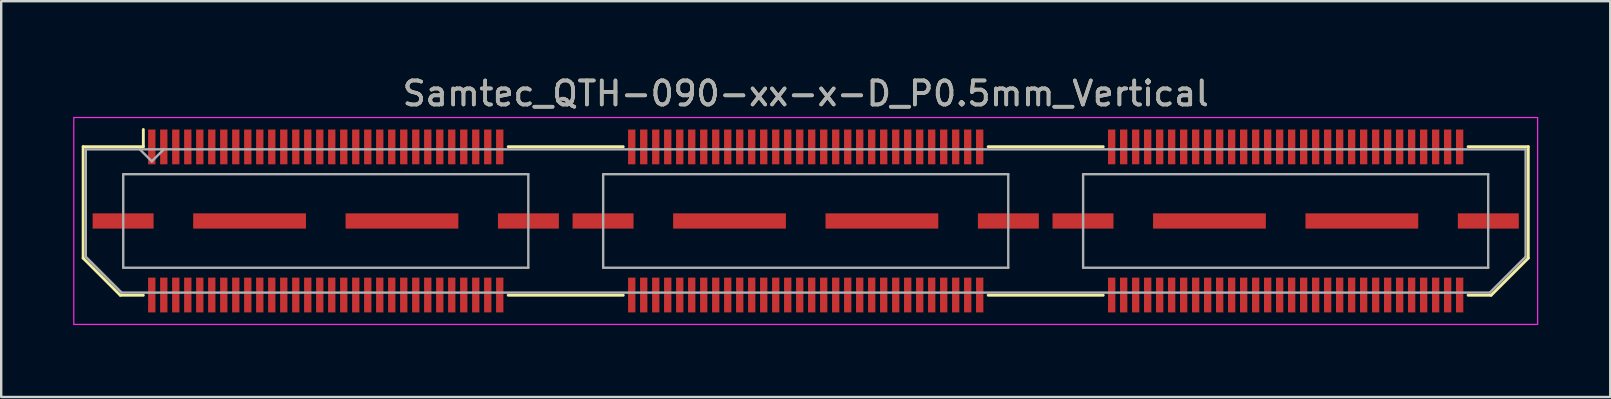
<source format=kicad_pcb>
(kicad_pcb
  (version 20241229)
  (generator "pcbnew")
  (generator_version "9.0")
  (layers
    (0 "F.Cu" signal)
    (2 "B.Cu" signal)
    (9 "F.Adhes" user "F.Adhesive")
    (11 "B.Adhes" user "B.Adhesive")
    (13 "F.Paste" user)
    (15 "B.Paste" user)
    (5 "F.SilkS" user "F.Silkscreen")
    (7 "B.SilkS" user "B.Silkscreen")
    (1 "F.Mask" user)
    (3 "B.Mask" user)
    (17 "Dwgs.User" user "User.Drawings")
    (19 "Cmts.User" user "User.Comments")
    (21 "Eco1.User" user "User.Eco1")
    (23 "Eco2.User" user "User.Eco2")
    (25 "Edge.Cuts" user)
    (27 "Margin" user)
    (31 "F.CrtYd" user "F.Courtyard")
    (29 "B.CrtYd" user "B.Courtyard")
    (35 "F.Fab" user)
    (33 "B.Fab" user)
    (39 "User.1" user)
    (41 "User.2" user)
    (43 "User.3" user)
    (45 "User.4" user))
  (footprint "Samtec_QTH-090-xx-x-D_P0.5mm_Vertical"
    (layer "F.Cu")
    (at 30.525 6.158)
    (property "Reference" "Samtec_QTH-090-xx-x-D_P0.5mm_Vertical" (at 0 -5.31 0) (layer "F.SilkS") (effects (font (size 1 1) (thickness 0.15))))
    (attr smd)
    (fp_line (start -30.11 -3.095) (end -30.11 1.548) (stroke (width 0.12) (type solid)) (layer "F.SilkS"))
    (fp_line (start -30.11 1.548) (end -28.562 3.095) (stroke (width 0.12) (type solid)) (layer "F.SilkS"))
    (fp_line (start -28.562 3.095) (end -27.602 3.095) (stroke (width 0.12) (type solid)) (layer "F.SilkS"))
    (fp_line (start -27.602 -3.811) (end -27.602 -3.095) (stroke (width 0.12) (type solid)) (layer "F.SilkS"))
    (fp_line (start -27.602 -3.095) (end -30.11 -3.095) (stroke (width 0.12) (type solid)) (layer "F.SilkS"))
    (fp_line (start -12.398 -3.095) (end -7.603 -3.095) (stroke (width 0.12) (type solid)) (layer "F.SilkS"))
    (fp_line (start -12.398 3.095) (end -7.603 3.095) (stroke (width 0.12) (type solid)) (layer "F.SilkS"))
    (fp_line (start 7.603 -3.095) (end 12.398 -3.095) (stroke (width 0.12) (type solid)) (layer "F.SilkS"))
    (fp_line (start 7.603 3.095) (end 12.398 3.095) (stroke (width 0.12) (type solid)) (layer "F.SilkS"))
    (fp_line (start 27.602 -3.095) (end 30.11 -3.095) (stroke (width 0.12) (type solid)) (layer "F.SilkS"))
    (fp_line (start 28.562 3.095) (end 27.602 3.095) (stroke (width 0.12) (type solid)) (layer "F.SilkS"))
    (fp_line (start 30.11 -3.095) (end 30.11 1.548) (stroke (width 0.12) (type solid)) (layer "F.SilkS"))
    (fp_line (start 30.11 1.548) (end 28.562 3.095) (stroke (width 0.12) (type solid)) (layer "F.SilkS"))
    (fp_line (start -30.5 -4.31) (end -30.5 4.31) (stroke (width 0.05) (type solid)) (layer "F.CrtYd"))
    (fp_line (start -30.5 4.31) (end 30.5 4.31) (stroke (width 0.05) (type solid)) (layer "F.CrtYd"))
    (fp_line (start 30.5 -4.31) (end -30.5 -4.31) (stroke (width 0.05) (type solid)) (layer "F.CrtYd"))
    (fp_line (start 30.5 4.31) (end 30.5 -4.31) (stroke (width 0.05) (type solid)) (layer "F.CrtYd"))
    (fp_line (start -30 -2.985) (end -30 1.492) (stroke (width 0.1) (type solid)) (layer "F.Fab"))
    (fp_line (start -30 -2.985) (end 30 -2.985) (stroke (width 0.1) (type solid)) (layer "F.Fab"))
    (fp_line (start -30 1.492) (end -28.508 2.985) (stroke (width 0.1) (type solid)) (layer "F.Fab"))
    (fp_line (start -28.508 2.985) (end 28.508 2.985) (stroke (width 0.1) (type solid)) (layer "F.Fab"))
    (fp_line (start -28.44 -1.95) (end -28.44 1.95) (stroke (width 0.1) (type solid)) (layer "F.Fab"))
    (fp_line (start -28.44 1.95) (end -11.56 1.95) (stroke (width 0.1) (type solid)) (layer "F.Fab"))
    (fp_line (start -27.25 -2.485) (end -27.75 -2.985) (stroke (width 0.1) (type solid)) (layer "F.Fab"))
    (fp_line (start -26.75 -2.985) (end -27.25 -2.485) (stroke (width 0.1) (type solid)) (layer "F.Fab"))
    (fp_line (start -11.56 -1.95) (end -28.44 -1.95) (stroke (width 0.1) (type solid)) (layer "F.Fab"))
    (fp_line (start -11.56 1.95) (end -11.56 -1.95) (stroke (width 0.1) (type solid)) (layer "F.Fab"))
    (fp_line (start -8.44 -1.95) (end -8.44 1.95) (stroke (width 0.1) (type solid)) (layer "F.Fab"))
    (fp_line (start -8.44 1.95) (end 8.44 1.95) (stroke (width 0.1) (type solid)) (layer "F.Fab"))
    (fp_line (start 8.44 -1.95) (end -8.44 -1.95) (stroke (width 0.1) (type solid)) (layer "F.Fab"))
    (fp_line (start 8.44 1.95) (end 8.44 -1.95) (stroke (width 0.1) (type solid)) (layer "F.Fab"))
    (fp_line (start 11.56 -1.95) (end 11.56 1.95) (stroke (width 0.1) (type solid)) (layer "F.Fab"))
    (fp_line (start 11.56 1.95) (end 28.44 1.95) (stroke (width 0.1) (type solid)) (layer "F.Fab"))
    (fp_line (start 28.44 -1.95) (end 11.56 -1.95) (stroke (width 0.1) (type solid)) (layer "F.Fab"))
    (fp_line (start 28.44 1.95) (end 28.44 -1.95) (stroke (width 0.1) (type solid)) (layer "F.Fab"))
    (fp_line (start 30 -2.985) (end 30 1.492) (stroke (width 0.1) (type solid)) (layer "F.Fab"))
    (fp_line (start 30 1.492) (end 28.508 2.985) (stroke (width 0.1) (type solid)) (layer "F.Fab"))
    (fp_text user "${REFERENCE}" (at 0 -5.31 0) (layer "F.Fab") (effects (font (size 1 1) (thickness 0.15))))
    (pad "1" smd rect (at -27.25 -3.086) (size 0.305 1.45) (layers "F.Cu" "F.Mask" "F.Paste"))
    (pad "2" smd rect (at -27.25 3.086) (size 0.305 1.45) (layers "F.Cu" "F.Mask" "F.Paste"))
    (pad "3" smd rect (at -26.75 -3.086) (size 0.305 1.45) (layers "F.Cu" "F.Mask" "F.Paste"))
    (pad "4" smd rect (at -26.75 3.086) (size 0.305 1.45) (layers "F.Cu" "F.Mask" "F.Paste"))
    (pad "5" smd rect (at -26.25 -3.086) (size 0.305 1.45) (layers "F.Cu" "F.Mask" "F.Paste"))
    (pad "6" smd rect (at -26.25 3.086) (size 0.305 1.45) (layers "F.Cu" "F.Mask" "F.Paste"))
    (pad "7" smd rect (at -25.75 -3.086) (size 0.305 1.45) (layers "F.Cu" "F.Mask" "F.Paste"))
    (pad "8" smd rect (at -25.75 3.086) (size 0.305 1.45) (layers "F.Cu" "F.Mask" "F.Paste"))
    (pad "9" smd rect (at -25.25 -3.086) (size 0.305 1.45) (layers "F.Cu" "F.Mask" "F.Paste"))
    (pad "10" smd rect (at -25.25 3.086) (size 0.305 1.45) (layers "F.Cu" "F.Mask" "F.Paste"))
    (pad "11" smd rect (at -24.75 -3.086) (size 0.305 1.45) (layers "F.Cu" "F.Mask" "F.Paste"))
    (pad "12" smd rect (at -24.75 3.086) (size 0.305 1.45) (layers "F.Cu" "F.Mask" "F.Paste"))
    (pad "13" smd rect (at -24.25 -3.086) (size 0.305 1.45) (layers "F.Cu" "F.Mask" "F.Paste"))
    (pad "14" smd rect (at -24.25 3.086) (size 0.305 1.45) (layers "F.Cu" "F.Mask" "F.Paste"))
    (pad "15" smd rect (at -23.75 -3.086) (size 0.305 1.45) (layers "F.Cu" "F.Mask" "F.Paste"))
    (pad "16" smd rect (at -23.75 3.086) (size 0.305 1.45) (layers "F.Cu" "F.Mask" "F.Paste"))
    (pad "17" smd rect (at -23.25 -3.086) (size 0.305 1.45) (layers "F.Cu" "F.Mask" "F.Paste"))
    (pad "18" smd rect (at -23.25 3.086) (size 0.305 1.45) (layers "F.Cu" "F.Mask" "F.Paste"))
    (pad "19" smd rect (at -22.75 -3.086) (size 0.305 1.45) (layers "F.Cu" "F.Mask" "F.Paste"))
    (pad "20" smd rect (at -22.75 3.086) (size 0.305 1.45) (layers "F.Cu" "F.Mask" "F.Paste"))
    (pad "21" smd rect (at -22.25 -3.086) (size 0.305 1.45) (layers "F.Cu" "F.Mask" "F.Paste"))
    (pad "22" smd rect (at -22.25 3.086) (size 0.305 1.45) (layers "F.Cu" "F.Mask" "F.Paste"))
    (pad "23" smd rect (at -21.75 -3.086) (size 0.305 1.45) (layers "F.Cu" "F.Mask" "F.Paste"))
    (pad "24" smd rect (at -21.75 3.086) (size 0.305 1.45) (layers "F.Cu" "F.Mask" "F.Paste"))
    (pad "25" smd rect (at -21.25 -3.086) (size 0.305 1.45) (layers "F.Cu" "F.Mask" "F.Paste"))
    (pad "26" smd rect (at -21.25 3.086) (size 0.305 1.45) (layers "F.Cu" "F.Mask" "F.Paste"))
    (pad "27" smd rect (at -20.75 -3.086) (size 0.305 1.45) (layers "F.Cu" "F.Mask" "F.Paste"))
    (pad "28" smd rect (at -20.75 3.086) (size 0.305 1.45) (layers "F.Cu" "F.Mask" "F.Paste"))
    (pad "29" smd rect (at -20.25 -3.086) (size 0.305 1.45) (layers "F.Cu" "F.Mask" "F.Paste"))
    (pad "30" smd rect (at -20.25 3.086) (size 0.305 1.45) (layers "F.Cu" "F.Mask" "F.Paste"))
    (pad "31" smd rect (at -19.75 -3.086) (size 0.305 1.45) (layers "F.Cu" "F.Mask" "F.Paste"))
    (pad "32" smd rect (at -19.75 3.086) (size 0.305 1.45) (layers "F.Cu" "F.Mask" "F.Paste"))
    (pad "33" smd rect (at -19.25 -3.086) (size 0.305 1.45) (layers "F.Cu" "F.Mask" "F.Paste"))
    (pad "34" smd rect (at -19.25 3.086) (size 0.305 1.45) (layers "F.Cu" "F.Mask" "F.Paste"))
    (pad "35" smd rect (at -18.75 -3.086) (size 0.305 1.45) (layers "F.Cu" "F.Mask" "F.Paste"))
    (pad "36" smd rect (at -18.75 3.086) (size 0.305 1.45) (layers "F.Cu" "F.Mask" "F.Paste"))
    (pad "37" smd rect (at -18.25 -3.086) (size 0.305 1.45) (layers "F.Cu" "F.Mask" "F.Paste"))
    (pad "38" smd rect (at -18.25 3.086) (size 0.305 1.45) (layers "F.Cu" "F.Mask" "F.Paste"))
    (pad "39" smd rect (at -17.75 -3.086) (size 0.305 1.45) (layers "F.Cu" "F.Mask" "F.Paste"))
    (pad "40" smd rect (at -17.75 3.086) (size 0.305 1.45) (layers "F.Cu" "F.Mask" "F.Paste"))
    (pad "41" smd rect (at -17.25 -3.086) (size 0.305 1.45) (layers "F.Cu" "F.Mask" "F.Paste"))
    (pad "42" smd rect (at -17.25 3.086) (size 0.305 1.45) (layers "F.Cu" "F.Mask" "F.Paste"))
    (pad "43" smd rect (at -16.75 -3.086) (size 0.305 1.45) (layers "F.Cu" "F.Mask" "F.Paste"))
    (pad "44" smd rect (at -16.75 3.086) (size 0.305 1.45) (layers "F.Cu" "F.Mask" "F.Paste"))
    (pad "45" smd rect (at -16.25 -3.086) (size 0.305 1.45) (layers "F.Cu" "F.Mask" "F.Paste"))
    (pad "46" smd rect (at -16.25 3.086) (size 0.305 1.45) (layers "F.Cu" "F.Mask" "F.Paste"))
    (pad "47" smd rect (at -15.75 -3.086) (size 0.305 1.45) (layers "F.Cu" "F.Mask" "F.Paste"))
    (pad "48" smd rect (at -15.75 3.086) (size 0.305 1.45) (layers "F.Cu" "F.Mask" "F.Paste"))
    (pad "49" smd rect (at -15.25 -3.086) (size 0.305 1.45) (layers "F.Cu" "F.Mask" "F.Paste"))
    (pad "50" smd rect (at -15.25 3.086) (size 0.305 1.45) (layers "F.Cu" "F.Mask" "F.Paste"))
    (pad "51" smd rect (at -14.75 -3.086) (size 0.305 1.45) (layers "F.Cu" "F.Mask" "F.Paste"))
    (pad "52" smd rect (at -14.75 3.086) (size 0.305 1.45) (layers "F.Cu" "F.Mask" "F.Paste"))
    (pad "53" smd rect (at -14.25 -3.086) (size 0.305 1.45) (layers "F.Cu" "F.Mask" "F.Paste"))
    (pad "54" smd rect (at -14.25 3.086) (size 0.305 1.45) (layers "F.Cu" "F.Mask" "F.Paste"))
    (pad "55" smd rect (at -13.75 -3.086) (size 0.305 1.45) (layers "F.Cu" "F.Mask" "F.Paste"))
    (pad "56" smd rect (at -13.75 3.086) (size 0.305 1.45) (layers "F.Cu" "F.Mask" "F.Paste"))
    (pad "57" smd rect (at -13.25 -3.086) (size 0.305 1.45) (layers "F.Cu" "F.Mask" "F.Paste"))
    (pad "58" smd rect (at -13.25 3.086) (size 0.305 1.45) (layers "F.Cu" "F.Mask" "F.Paste"))
    (pad "59" smd rect (at -12.75 -3.086) (size 0.305 1.45) (layers "F.Cu" "F.Mask" "F.Paste"))
    (pad "60" smd rect (at -12.75 3.086) (size 0.305 1.45) (layers "F.Cu" "F.Mask" "F.Paste"))
    (pad "61" smd rect (at -7.25 -3.086) (size 0.305 1.45) (layers "F.Cu" "F.Mask" "F.Paste"))
    (pad "62" smd rect (at -7.25 3.086) (size 0.305 1.45) (layers "F.Cu" "F.Mask" "F.Paste"))
    (pad "63" smd rect (at -6.75 -3.086) (size 0.305 1.45) (layers "F.Cu" "F.Mask" "F.Paste"))
    (pad "64" smd rect (at -6.75 3.086) (size 0.305 1.45) (layers "F.Cu" "F.Mask" "F.Paste"))
    (pad "65" smd rect (at -6.25 -3.086) (size 0.305 1.45) (layers "F.Cu" "F.Mask" "F.Paste"))
    (pad "66" smd rect (at -6.25 3.086) (size 0.305 1.45) (layers "F.Cu" "F.Mask" "F.Paste"))
    (pad "67" smd rect (at -5.75 -3.086) (size 0.305 1.45) (layers "F.Cu" "F.Mask" "F.Paste"))
    (pad "68" smd rect (at -5.75 3.086) (size 0.305 1.45) (layers "F.Cu" "F.Mask" "F.Paste"))
    (pad "69" smd rect (at -5.25 -3.086) (size 0.305 1.45) (layers "F.Cu" "F.Mask" "F.Paste"))
    (pad "70" smd rect (at -5.25 3.086) (size 0.305 1.45) (layers "F.Cu" "F.Mask" "F.Paste"))
    (pad "71" smd rect (at -4.75 -3.086) (size 0.305 1.45) (layers "F.Cu" "F.Mask" "F.Paste"))
    (pad "72" smd rect (at -4.75 3.086) (size 0.305 1.45) (layers "F.Cu" "F.Mask" "F.Paste"))
    (pad "73" smd rect (at -4.25 -3.086) (size 0.305 1.45) (layers "F.Cu" "F.Mask" "F.Paste"))
    (pad "74" smd rect (at -4.25 3.086) (size 0.305 1.45) (layers "F.Cu" "F.Mask" "F.Paste"))
    (pad "75" smd rect (at -3.75 -3.086) (size 0.305 1.45) (layers "F.Cu" "F.Mask" "F.Paste"))
    (pad "76" smd rect (at -3.75 3.086) (size 0.305 1.45) (layers "F.Cu" "F.Mask" "F.Paste"))
    (pad "77" smd rect (at -3.25 -3.086) (size 0.305 1.45) (layers "F.Cu" "F.Mask" "F.Paste"))
    (pad "78" smd rect (at -3.25 3.086) (size 0.305 1.45) (layers "F.Cu" "F.Mask" "F.Paste"))
    (pad "79" smd rect (at -2.75 -3.086) (size 0.305 1.45) (layers "F.Cu" "F.Mask" "F.Paste"))
    (pad "80" smd rect (at -2.75 3.086) (size 0.305 1.45) (layers "F.Cu" "F.Mask" "F.Paste"))
    (pad "81" smd rect (at -2.25 -3.086) (size 0.305 1.45) (layers "F.Cu" "F.Mask" "F.Paste"))
    (pad "82" smd rect (at -2.25 3.086) (size 0.305 1.45) (layers "F.Cu" "F.Mask" "F.Paste"))
    (pad "83" smd rect (at -1.75 -3.086) (size 0.305 1.45) (layers "F.Cu" "F.Mask" "F.Paste"))
    (pad "84" smd rect (at -1.75 3.086) (size 0.305 1.45) (layers "F.Cu" "F.Mask" "F.Paste"))
    (pad "85" smd rect (at -1.25 -3.086) (size 0.305 1.45) (layers "F.Cu" "F.Mask" "F.Paste"))
    (pad "86" smd rect (at -1.25 3.086) (size 0.305 1.45) (layers "F.Cu" "F.Mask" "F.Paste"))
    (pad "87" smd rect (at -0.75 -3.086) (size 0.305 1.45) (layers "F.Cu" "F.Mask" "F.Paste"))
    (pad "88" smd rect (at -0.75 3.086) (size 0.305 1.45) (layers "F.Cu" "F.Mask" "F.Paste"))
    (pad "89" smd rect (at -0.25 -3.086) (size 0.305 1.45) (layers "F.Cu" "F.Mask" "F.Paste"))
    (pad "90" smd rect (at -0.25 3.086) (size 0.305 1.45) (layers "F.Cu" "F.Mask" "F.Paste"))
    (pad "91" smd rect (at 0.25 -3.086) (size 0.305 1.45) (layers "F.Cu" "F.Mask" "F.Paste"))
    (pad "92" smd rect (at 0.25 3.086) (size 0.305 1.45) (layers "F.Cu" "F.Mask" "F.Paste"))
    (pad "93" smd rect (at 0.75 -3.086) (size 0.305 1.45) (layers "F.Cu" "F.Mask" "F.Paste"))
    (pad "94" smd rect (at 0.75 3.086) (size 0.305 1.45) (layers "F.Cu" "F.Mask" "F.Paste"))
    (pad "95" smd rect (at 1.25 -3.086) (size 0.305 1.45) (layers "F.Cu" "F.Mask" "F.Paste"))
    (pad "96" smd rect (at 1.25 3.086) (size 0.305 1.45) (layers "F.Cu" "F.Mask" "F.Paste"))
    (pad "97" smd rect (at 1.75 -3.086) (size 0.305 1.45) (layers "F.Cu" "F.Mask" "F.Paste"))
    (pad "98" smd rect (at 1.75 3.086) (size 0.305 1.45) (layers "F.Cu" "F.Mask" "F.Paste"))
    (pad "99" smd rect (at 2.25 -3.086) (size 0.305 1.45) (layers "F.Cu" "F.Mask" "F.Paste"))
    (pad "100" smd rect (at 2.25 3.086) (size 0.305 1.45) (layers "F.Cu" "F.Mask" "F.Paste"))
    (pad "101" smd rect (at 2.75 -3.086) (size 0.305 1.45) (layers "F.Cu" "F.Mask" "F.Paste"))
    (pad "102" smd rect (at 2.75 3.086) (size 0.305 1.45) (layers "F.Cu" "F.Mask" "F.Paste"))
    (pad "103" smd rect (at 3.25 -3.086) (size 0.305 1.45) (layers "F.Cu" "F.Mask" "F.Paste"))
    (pad "104" smd rect (at 3.25 3.086) (size 0.305 1.45) (layers "F.Cu" "F.Mask" "F.Paste"))
    (pad "105" smd rect (at 3.75 -3.086) (size 0.305 1.45) (layers "F.Cu" "F.Mask" "F.Paste"))
    (pad "106" smd rect (at 3.75 3.086) (size 0.305 1.45) (layers "F.Cu" "F.Mask" "F.Paste"))
    (pad "107" smd rect (at 4.25 -3.086) (size 0.305 1.45) (layers "F.Cu" "F.Mask" "F.Paste"))
    (pad "108" smd rect (at 4.25 3.086) (size 0.305 1.45) (layers "F.Cu" "F.Mask" "F.Paste"))
    (pad "109" smd rect (at 4.75 -3.086) (size 0.305 1.45) (layers "F.Cu" "F.Mask" "F.Paste"))
    (pad "110" smd rect (at 4.75 3.086) (size 0.305 1.45) (layers "F.Cu" "F.Mask" "F.Paste"))
    (pad "111" smd rect (at 5.25 -3.086) (size 0.305 1.45) (layers "F.Cu" "F.Mask" "F.Paste"))
    (pad "112" smd rect (at 5.25 3.086) (size 0.305 1.45) (layers "F.Cu" "F.Mask" "F.Paste"))
    (pad "113" smd rect (at 5.75 -3.086) (size 0.305 1.45) (layers "F.Cu" "F.Mask" "F.Paste"))
    (pad "114" smd rect (at 5.75 3.086) (size 0.305 1.45) (layers "F.Cu" "F.Mask" "F.Paste"))
    (pad "115" smd rect (at 6.25 -3.086) (size 0.305 1.45) (layers "F.Cu" "F.Mask" "F.Paste"))
    (pad "116" smd rect (at 6.25 3.086) (size 0.305 1.45) (layers "F.Cu" "F.Mask" "F.Paste"))
    (pad "117" smd rect (at 6.75 -3.086) (size 0.305 1.45) (layers "F.Cu" "F.Mask" "F.Paste"))
    (pad "118" smd rect (at 6.75 3.086) (size 0.305 1.45) (layers "F.Cu" "F.Mask" "F.Paste"))
    (pad "119" smd rect (at 7.25 -3.086) (size 0.305 1.45) (layers "F.Cu" "F.Mask" "F.Paste"))
    (pad "120" smd rect (at 7.25 3.086) (size 0.305 1.45) (layers "F.Cu" "F.Mask" "F.Paste"))
    (pad "121" smd rect (at 12.75 -3.086) (size 0.305 1.45) (layers "F.Cu" "F.Mask" "F.Paste"))
    (pad "122" smd rect (at 12.75 3.086) (size 0.305 1.45) (layers "F.Cu" "F.Mask" "F.Paste"))
    (pad "123" smd rect (at 13.25 -3.086) (size 0.305 1.45) (layers "F.Cu" "F.Mask" "F.Paste"))
    (pad "124" smd rect (at 13.25 3.086) (size 0.305 1.45) (layers "F.Cu" "F.Mask" "F.Paste"))
    (pad "125" smd rect (at 13.75 -3.086) (size 0.305 1.45) (layers "F.Cu" "F.Mask" "F.Paste"))
    (pad "126" smd rect (at 13.75 3.086) (size 0.305 1.45) (layers "F.Cu" "F.Mask" "F.Paste"))
    (pad "127" smd rect (at 14.25 -3.086) (size 0.305 1.45) (layers "F.Cu" "F.Mask" "F.Paste"))
    (pad "128" smd rect (at 14.25 3.086) (size 0.305 1.45) (layers "F.Cu" "F.Mask" "F.Paste"))
    (pad "129" smd rect (at 14.75 -3.086) (size 0.305 1.45) (layers "F.Cu" "F.Mask" "F.Paste"))
    (pad "130" smd rect (at 14.75 3.086) (size 0.305 1.45) (layers "F.Cu" "F.Mask" "F.Paste"))
    (pad "131" smd rect (at 15.25 -3.086) (size 0.305 1.45) (layers "F.Cu" "F.Mask" "F.Paste"))
    (pad "132" smd rect (at 15.25 3.086) (size 0.305 1.45) (layers "F.Cu" "F.Mask" "F.Paste"))
    (pad "133" smd rect (at 15.75 -3.086) (size 0.305 1.45) (layers "F.Cu" "F.Mask" "F.Paste"))
    (pad "134" smd rect (at 15.75 3.086) (size 0.305 1.45) (layers "F.Cu" "F.Mask" "F.Paste"))
    (pad "135" smd rect (at 16.25 -3.086) (size 0.305 1.45) (layers "F.Cu" "F.Mask" "F.Paste"))
    (pad "136" smd rect (at 16.25 3.086) (size 0.305 1.45) (layers "F.Cu" "F.Mask" "F.Paste"))
    (pad "137" smd rect (at 16.75 -3.086) (size 0.305 1.45) (layers "F.Cu" "F.Mask" "F.Paste"))
    (pad "138" smd rect (at 16.75 3.086) (size 0.305 1.45) (layers "F.Cu" "F.Mask" "F.Paste"))
    (pad "139" smd rect (at 17.25 -3.086) (size 0.305 1.45) (layers "F.Cu" "F.Mask" "F.Paste"))
    (pad "140" smd rect (at 17.25 3.086) (size 0.305 1.45) (layers "F.Cu" "F.Mask" "F.Paste"))
    (pad "141" smd rect (at 17.75 -3.086) (size 0.305 1.45) (layers "F.Cu" "F.Mask" "F.Paste"))
    (pad "142" smd rect (at 17.75 3.086) (size 0.305 1.45) (layers "F.Cu" "F.Mask" "F.Paste"))
    (pad "143" smd rect (at 18.25 -3.086) (size 0.305 1.45) (layers "F.Cu" "F.Mask" "F.Paste"))
    (pad "144" smd rect (at 18.25 3.086) (size 0.305 1.45) (layers "F.Cu" "F.Mask" "F.Paste"))
    (pad "145" smd rect (at 18.75 -3.086) (size 0.305 1.45) (layers "F.Cu" "F.Mask" "F.Paste"))
    (pad "146" smd rect (at 18.75 3.086) (size 0.305 1.45) (layers "F.Cu" "F.Mask" "F.Paste"))
    (pad "147" smd rect (at 19.25 -3.086) (size 0.305 1.45) (layers "F.Cu" "F.Mask" "F.Paste"))
    (pad "148" smd rect (at 19.25 3.086) (size 0.305 1.45) (layers "F.Cu" "F.Mask" "F.Paste"))
    (pad "149" smd rect (at 19.75 -3.086) (size 0.305 1.45) (layers "F.Cu" "F.Mask" "F.Paste"))
    (pad "150" smd rect (at 19.75 3.086) (size 0.305 1.45) (layers "F.Cu" "F.Mask" "F.Paste"))
    (pad "151" smd rect (at 20.25 -3.086) (size 0.305 1.45) (layers "F.Cu" "F.Mask" "F.Paste"))
    (pad "152" smd rect (at 20.25 3.086) (size 0.305 1.45) (layers "F.Cu" "F.Mask" "F.Paste"))
    (pad "153" smd rect (at 20.75 -3.086) (size 0.305 1.45) (layers "F.Cu" "F.Mask" "F.Paste"))
    (pad "154" smd rect (at 20.75 3.086) (size 0.305 1.45) (layers "F.Cu" "F.Mask" "F.Paste"))
    (pad "155" smd rect (at 21.25 -3.086) (size 0.305 1.45) (layers "F.Cu" "F.Mask" "F.Paste"))
    (pad "156" smd rect (at 21.25 3.086) (size 0.305 1.45) (layers "F.Cu" "F.Mask" "F.Paste"))
    (pad "157" smd rect (at 21.75 -3.086) (size 0.305 1.45) (layers "F.Cu" "F.Mask" "F.Paste"))
    (pad "158" smd rect (at 21.75 3.086) (size 0.305 1.45) (layers "F.Cu" "F.Mask" "F.Paste"))
    (pad "159" smd rect (at 22.25 -3.086) (size 0.305 1.45) (layers "F.Cu" "F.Mask" "F.Paste"))
    (pad "160" smd rect (at 22.25 3.086) (size 0.305 1.45) (layers "F.Cu" "F.Mask" "F.Paste"))
    (pad "161" smd rect (at 22.75 -3.086) (size 0.305 1.45) (layers "F.Cu" "F.Mask" "F.Paste"))
    (pad "162" smd rect (at 22.75 3.086) (size 0.305 1.45) (layers "F.Cu" "F.Mask" "F.Paste"))
    (pad "163" smd rect (at 23.25 -3.086) (size 0.305 1.45) (layers "F.Cu" "F.Mask" "F.Paste"))
    (pad "164" smd rect (at 23.25 3.086) (size 0.305 1.45) (layers "F.Cu" "F.Mask" "F.Paste"))
    (pad "165" smd rect (at 23.75 -3.086) (size 0.305 1.45) (layers "F.Cu" "F.Mask" "F.Paste"))
    (pad "166" smd rect (at 23.75 3.086) (size 0.305 1.45) (layers "F.Cu" "F.Mask" "F.Paste"))
    (pad "167" smd rect (at 24.25 -3.086) (size 0.305 1.45) (layers "F.Cu" "F.Mask" "F.Paste"))
    (pad "168" smd rect (at 24.25 3.086) (size 0.305 1.45) (layers "F.Cu" "F.Mask" "F.Paste"))
    (pad "169" smd rect (at 24.75 -3.086) (size 0.305 1.45) (layers "F.Cu" "F.Mask" "F.Paste"))
    (pad "170" smd rect (at 24.75 3.086) (size 0.305 1.45) (layers "F.Cu" "F.Mask" "F.Paste"))
    (pad "171" smd rect (at 25.25 -3.086) (size 0.305 1.45) (layers "F.Cu" "F.Mask" "F.Paste"))
    (pad "172" smd rect (at 25.25 3.086) (size 0.305 1.45) (layers "F.Cu" "F.Mask" "F.Paste"))
    (pad "173" smd rect (at 25.75 -3.086) (size 0.305 1.45) (layers "F.Cu" "F.Mask" "F.Paste"))
    (pad "174" smd rect (at 25.75 3.086) (size 0.305 1.45) (layers "F.Cu" "F.Mask" "F.Paste"))
    (pad "175" smd rect (at 26.25 -3.086) (size 0.305 1.45) (layers "F.Cu" "F.Mask" "F.Paste"))
    (pad "176" smd rect (at 26.25 3.086) (size 0.305 1.45) (layers "F.Cu" "F.Mask" "F.Paste"))
    (pad "177" smd rect (at 26.75 -3.086) (size 0.305 1.45) (layers "F.Cu" "F.Mask" "F.Paste"))
    (pad "178" smd rect (at 26.75 3.086) (size 0.305 1.45) (layers "F.Cu" "F.Mask" "F.Paste"))
    (pad "179" smd rect (at 27.25 -3.086) (size 0.305 1.45) (layers "F.Cu" "F.Mask" "F.Paste"))
    (pad "180" smd rect (at 27.25 3.086) (size 0.305 1.45) (layers "F.Cu" "F.Mask" "F.Paste"))
    (pad "P1" smd rect (at -28.445 0) (size 2.54 0.635) (layers "F.Cu" "F.Mask" "F.Paste"))
    (pad "P1" smd rect (at -23.175 0) (size 4.7 0.635) (layers "F.Cu" "F.Mask" "F.Paste"))
    (pad "P1" smd rect (at -16.825 0) (size 4.7 0.635) (layers "F.Cu" "F.Mask" "F.Paste"))
    (pad "P1" smd rect (at -11.555 0) (size 2.54 0.635) (layers "F.Cu" "F.Mask" "F.Paste"))
    (pad "P2" smd rect (at -8.445 0) (size 2.54 0.635) (layers "F.Cu" "F.Mask" "F.Paste"))
    (pad "P2" smd rect (at -3.175 0) (size 4.7 0.635) (layers "F.Cu" "F.Mask" "F.Paste"))
    (pad "P2" smd rect (at 3.175 0) (size 4.7 0.635) (layers "F.Cu" "F.Mask" "F.Paste"))
    (pad "P2" smd rect (at 8.445 0) (size 2.54 0.635) (layers "F.Cu" "F.Mask" "F.Paste"))
    (pad "P3" smd rect (at 11.555 0) (size 2.54 0.635) (layers "F.Cu" "F.Mask" "F.Paste"))
    (pad "P3" smd rect (at 16.825 0) (size 4.7 0.635) (layers "F.Cu" "F.Mask" "F.Paste"))
    (pad "P3" smd rect (at 23.175 0) (size 4.7 0.635) (layers "F.Cu" "F.Mask" "F.Paste"))
    (pad "P3" smd rect (at 28.445 0) (size 2.54 0.635) (layers "F.Cu" "F.Mask" "F.Paste")))
  (gr_rect
    (start -3 -3)
    (end 64.05 13.493)
    (stroke (width 0.1) (type default))
    (fill no)
    (layer "Edge.Cuts")))
</source>
